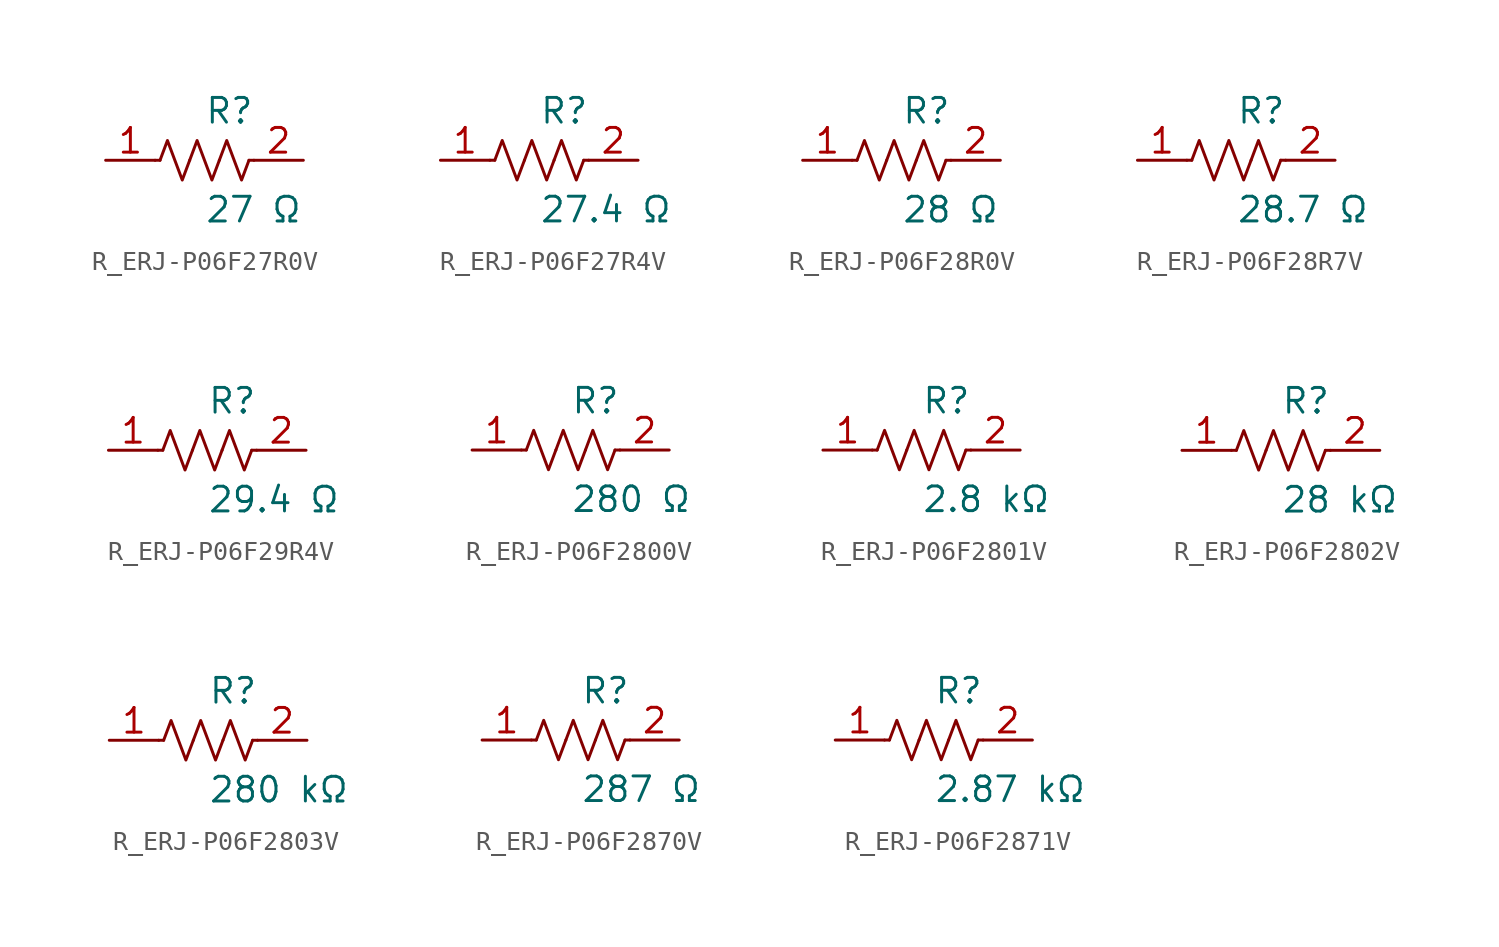
<source format=kicad_sym>
(kicad_symbol_lib
  (version 20231120)
  (generator kicad_symbol_editor)
  (generator_version 8.0)
  (symbol "R_ERJ-P06F27R0V"
    (pin_names
      (offset 0.254))
    (property "Reference" "R"
      (at 0.0 2.54 0)
      (effects (font (size 1.27 1.27)) (justify left)))
    (property "Value" "27 Ω"
      (at 0.0 -2.54 0)
      (effects (font (size 1.27 1.27)) (justify left)))
    (symbol "R_ERJ-P06F27R0V_0_1"
      (polyline (pts (xy 2.286 0) (xy 2.54 0)) (stroke (width 0) (type default)) (fill (type none)))
      (polyline (pts (xy -2.286 0) (xy -2.54 0)) (stroke (width 0) (type default)) (fill (type none)))
      (polyline (pts (xy 0.762 0) (xy 1.143 1.016) (xy 1.524 0) (xy 1.905 -1.016) (xy 2.286 0)) (stroke (width 0) (type default)) (fill (type none)))
      (polyline (pts (xy -0.762 0) (xy -0.381 1.016) (xy 0 0) (xy 0.381 -1.016) (xy 0.762 0)) (stroke (width 0) (type default)) (fill (type none)))
      (polyline (pts (xy -2.286 0) (xy -1.905 1.016) (xy -1.524 0) (xy -1.143 -1.016) (xy -0.762 0)) (stroke (width 0) (type default)) (fill (type none))))
    (pin unspecified line
      (at -5.08 0 0)
      (length 2.54)
      (name "" (effects (font (size 1.27 1.27))))
      (number "1" (effects (font (size 1.27 1.27)))))
    (pin unspecified line
      (at 5.08 0 180)
      (length 2.54)
      (name "" (effects (font (size 1.27 1.27))))
      (number "2" (effects (font (size 1.27 1.27))))))
  (symbol "R_ERJ-P06F27R4V"
    (pin_names
      (offset 0.254))
    (property "Reference" "R"
      (at 0.0 2.54 0)
      (effects (font (size 1.27 1.27)) (justify left)))
    (property "Value" "27.4 Ω"
      (at 0.0 -2.54 0)
      (effects (font (size 1.27 1.27)) (justify left)))
    (symbol "R_ERJ-P06F27R4V_0_1"
      (polyline (pts (xy 2.286 0) (xy 2.54 0)) (stroke (width 0) (type default)) (fill (type none)))
      (polyline (pts (xy -2.286 0) (xy -2.54 0)) (stroke (width 0) (type default)) (fill (type none)))
      (polyline (pts (xy 0.762 0) (xy 1.143 1.016) (xy 1.524 0) (xy 1.905 -1.016) (xy 2.286 0)) (stroke (width 0) (type default)) (fill (type none)))
      (polyline (pts (xy -0.762 0) (xy -0.381 1.016) (xy 0 0) (xy 0.381 -1.016) (xy 0.762 0)) (stroke (width 0) (type default)) (fill (type none)))
      (polyline (pts (xy -2.286 0) (xy -1.905 1.016) (xy -1.524 0) (xy -1.143 -1.016) (xy -0.762 0)) (stroke (width 0) (type default)) (fill (type none))))
    (pin unspecified line
      (at -5.08 0 0)
      (length 2.54)
      (name "" (effects (font (size 1.27 1.27))))
      (number "1" (effects (font (size 1.27 1.27)))))
    (pin unspecified line
      (at 5.08 0 180)
      (length 2.54)
      (name "" (effects (font (size 1.27 1.27))))
      (number "2" (effects (font (size 1.27 1.27))))))
  (symbol "R_ERJ-P06F28R0V"
    (pin_names
      (offset 0.254))
    (property "Reference" "R"
      (at 0.0 2.54 0)
      (effects (font (size 1.27 1.27)) (justify left)))
    (property "Value" "28 Ω"
      (at 0.0 -2.54 0)
      (effects (font (size 1.27 1.27)) (justify left)))
    (symbol "R_ERJ-P06F28R0V_0_1"
      (polyline (pts (xy 2.286 0) (xy 2.54 0)) (stroke (width 0) (type default)) (fill (type none)))
      (polyline (pts (xy -2.286 0) (xy -2.54 0)) (stroke (width 0) (type default)) (fill (type none)))
      (polyline (pts (xy 0.762 0) (xy 1.143 1.016) (xy 1.524 0) (xy 1.905 -1.016) (xy 2.286 0)) (stroke (width 0) (type default)) (fill (type none)))
      (polyline (pts (xy -0.762 0) (xy -0.381 1.016) (xy 0 0) (xy 0.381 -1.016) (xy 0.762 0)) (stroke (width 0) (type default)) (fill (type none)))
      (polyline (pts (xy -2.286 0) (xy -1.905 1.016) (xy -1.524 0) (xy -1.143 -1.016) (xy -0.762 0)) (stroke (width 0) (type default)) (fill (type none))))
    (pin unspecified line
      (at -5.08 0 0)
      (length 2.54)
      (name "" (effects (font (size 1.27 1.27))))
      (number "1" (effects (font (size 1.27 1.27)))))
    (pin unspecified line
      (at 5.08 0 180)
      (length 2.54)
      (name "" (effects (font (size 1.27 1.27))))
      (number "2" (effects (font (size 1.27 1.27))))))
  (symbol "R_ERJ-P06F28R7V"
    (pin_names
      (offset 0.254))
    (property "Reference" "R"
      (at 0.0 2.54 0)
      (effects (font (size 1.27 1.27)) (justify left)))
    (property "Value" "28.7 Ω"
      (at 0.0 -2.54 0)
      (effects (font (size 1.27 1.27)) (justify left)))
    (symbol "R_ERJ-P06F28R7V_0_1"
      (polyline (pts (xy 2.286 0) (xy 2.54 0)) (stroke (width 0) (type default)) (fill (type none)))
      (polyline (pts (xy -2.286 0) (xy -2.54 0)) (stroke (width 0) (type default)) (fill (type none)))
      (polyline (pts (xy 0.762 0) (xy 1.143 1.016) (xy 1.524 0) (xy 1.905 -1.016) (xy 2.286 0)) (stroke (width 0) (type default)) (fill (type none)))
      (polyline (pts (xy -0.762 0) (xy -0.381 1.016) (xy 0 0) (xy 0.381 -1.016) (xy 0.762 0)) (stroke (width 0) (type default)) (fill (type none)))
      (polyline (pts (xy -2.286 0) (xy -1.905 1.016) (xy -1.524 0) (xy -1.143 -1.016) (xy -0.762 0)) (stroke (width 0) (type default)) (fill (type none))))
    (pin unspecified line
      (at -5.08 0 0)
      (length 2.54)
      (name "" (effects (font (size 1.27 1.27))))
      (number "1" (effects (font (size 1.27 1.27)))))
    (pin unspecified line
      (at 5.08 0 180)
      (length 2.54)
      (name "" (effects (font (size 1.27 1.27))))
      (number "2" (effects (font (size 1.27 1.27))))))
  (symbol "R_ERJ-P06F29R4V"
    (pin_names
      (offset 0.254))
    (property "Reference" "R"
      (at 0.0 2.54 0)
      (effects (font (size 1.27 1.27)) (justify left)))
    (property "Value" "29.4 Ω"
      (at 0.0 -2.54 0)
      (effects (font (size 1.27 1.27)) (justify left)))
    (symbol "R_ERJ-P06F29R4V_0_1"
      (polyline (pts (xy 2.286 0) (xy 2.54 0)) (stroke (width 0) (type default)) (fill (type none)))
      (polyline (pts (xy -2.286 0) (xy -2.54 0)) (stroke (width 0) (type default)) (fill (type none)))
      (polyline (pts (xy 0.762 0) (xy 1.143 1.016) (xy 1.524 0) (xy 1.905 -1.016) (xy 2.286 0)) (stroke (width 0) (type default)) (fill (type none)))
      (polyline (pts (xy -0.762 0) (xy -0.381 1.016) (xy 0 0) (xy 0.381 -1.016) (xy 0.762 0)) (stroke (width 0) (type default)) (fill (type none)))
      (polyline (pts (xy -2.286 0) (xy -1.905 1.016) (xy -1.524 0) (xy -1.143 -1.016) (xy -0.762 0)) (stroke (width 0) (type default)) (fill (type none))))
    (pin unspecified line
      (at -5.08 0 0)
      (length 2.54)
      (name "" (effects (font (size 1.27 1.27))))
      (number "1" (effects (font (size 1.27 1.27)))))
    (pin unspecified line
      (at 5.08 0 180)
      (length 2.54)
      (name "" (effects (font (size 1.27 1.27))))
      (number "2" (effects (font (size 1.27 1.27))))))
  (symbol "R_ERJ-P06F2800V"
    (pin_names
      (offset 0.254))
    (property "Reference" "R"
      (at 0.0 2.54 0)
      (effects (font (size 1.27 1.27)) (justify left)))
    (property "Value" "280 Ω"
      (at 0.0 -2.54 0)
      (effects (font (size 1.27 1.27)) (justify left)))
    (symbol "R_ERJ-P06F2800V_0_1"
      (polyline (pts (xy 2.286 0) (xy 2.54 0)) (stroke (width 0) (type default)) (fill (type none)))
      (polyline (pts (xy -2.286 0) (xy -2.54 0)) (stroke (width 0) (type default)) (fill (type none)))
      (polyline (pts (xy 0.762 0) (xy 1.143 1.016) (xy 1.524 0) (xy 1.905 -1.016) (xy 2.286 0)) (stroke (width 0) (type default)) (fill (type none)))
      (polyline (pts (xy -0.762 0) (xy -0.381 1.016) (xy 0 0) (xy 0.381 -1.016) (xy 0.762 0)) (stroke (width 0) (type default)) (fill (type none)))
      (polyline (pts (xy -2.286 0) (xy -1.905 1.016) (xy -1.524 0) (xy -1.143 -1.016) (xy -0.762 0)) (stroke (width 0) (type default)) (fill (type none))))
    (pin unspecified line
      (at -5.08 0 0)
      (length 2.54)
      (name "" (effects (font (size 1.27 1.27))))
      (number "1" (effects (font (size 1.27 1.27)))))
    (pin unspecified line
      (at 5.08 0 180)
      (length 2.54)
      (name "" (effects (font (size 1.27 1.27))))
      (number "2" (effects (font (size 1.27 1.27))))))
  (symbol "R_ERJ-P06F2801V"
    (pin_names
      (offset 0.254))
    (property "Reference" "R"
      (at 0.0 2.54 0)
      (effects (font (size 1.27 1.27)) (justify left)))
    (property "Value" "2.8 kΩ"
      (at 0.0 -2.54 0)
      (effects (font (size 1.27 1.27)) (justify left)))
    (symbol "R_ERJ-P06F2801V_0_1"
      (polyline (pts (xy 2.286 0) (xy 2.54 0)) (stroke (width 0) (type default)) (fill (type none)))
      (polyline (pts (xy -2.286 0) (xy -2.54 0)) (stroke (width 0) (type default)) (fill (type none)))
      (polyline (pts (xy 0.762 0) (xy 1.143 1.016) (xy 1.524 0) (xy 1.905 -1.016) (xy 2.286 0)) (stroke (width 0) (type default)) (fill (type none)))
      (polyline (pts (xy -0.762 0) (xy -0.381 1.016) (xy 0 0) (xy 0.381 -1.016) (xy 0.762 0)) (stroke (width 0) (type default)) (fill (type none)))
      (polyline (pts (xy -2.286 0) (xy -1.905 1.016) (xy -1.524 0) (xy -1.143 -1.016) (xy -0.762 0)) (stroke (width 0) (type default)) (fill (type none))))
    (pin unspecified line
      (at -5.08 0 0)
      (length 2.54)
      (name "" (effects (font (size 1.27 1.27))))
      (number "1" (effects (font (size 1.27 1.27)))))
    (pin unspecified line
      (at 5.08 0 180)
      (length 2.54)
      (name "" (effects (font (size 1.27 1.27))))
      (number "2" (effects (font (size 1.27 1.27))))))
  (symbol "R_ERJ-P06F2802V"
    (pin_names
      (offset 0.254))
    (property "Reference" "R"
      (at 0.0 2.54 0)
      (effects (font (size 1.27 1.27)) (justify left)))
    (property "Value" "28 kΩ"
      (at 0.0 -2.54 0)
      (effects (font (size 1.27 1.27)) (justify left)))
    (symbol "R_ERJ-P06F2802V_0_1"
      (polyline (pts (xy 2.286 0) (xy 2.54 0)) (stroke (width 0) (type default)) (fill (type none)))
      (polyline (pts (xy -2.286 0) (xy -2.54 0)) (stroke (width 0) (type default)) (fill (type none)))
      (polyline (pts (xy 0.762 0) (xy 1.143 1.016) (xy 1.524 0) (xy 1.905 -1.016) (xy 2.286 0)) (stroke (width 0) (type default)) (fill (type none)))
      (polyline (pts (xy -0.762 0) (xy -0.381 1.016) (xy 0 0) (xy 0.381 -1.016) (xy 0.762 0)) (stroke (width 0) (type default)) (fill (type none)))
      (polyline (pts (xy -2.286 0) (xy -1.905 1.016) (xy -1.524 0) (xy -1.143 -1.016) (xy -0.762 0)) (stroke (width 0) (type default)) (fill (type none))))
    (pin unspecified line
      (at -5.08 0 0)
      (length 2.54)
      (name "" (effects (font (size 1.27 1.27))))
      (number "1" (effects (font (size 1.27 1.27)))))
    (pin unspecified line
      (at 5.08 0 180)
      (length 2.54)
      (name "" (effects (font (size 1.27 1.27))))
      (number "2" (effects (font (size 1.27 1.27))))))
  (symbol "R_ERJ-P06F2803V"
    (pin_names
      (offset 0.254))
    (property "Reference" "R"
      (at 0.0 2.54 0)
      (effects (font (size 1.27 1.27)) (justify left)))
    (property "Value" "280 kΩ"
      (at 0.0 -2.54 0)
      (effects (font (size 1.27 1.27)) (justify left)))
    (symbol "R_ERJ-P06F2803V_0_1"
      (polyline (pts (xy 2.286 0) (xy 2.54 0)) (stroke (width 0) (type default)) (fill (type none)))
      (polyline (pts (xy -2.286 0) (xy -2.54 0)) (stroke (width 0) (type default)) (fill (type none)))
      (polyline (pts (xy 0.762 0) (xy 1.143 1.016) (xy 1.524 0) (xy 1.905 -1.016) (xy 2.286 0)) (stroke (width 0) (type default)) (fill (type none)))
      (polyline (pts (xy -0.762 0) (xy -0.381 1.016) (xy 0 0) (xy 0.381 -1.016) (xy 0.762 0)) (stroke (width 0) (type default)) (fill (type none)))
      (polyline (pts (xy -2.286 0) (xy -1.905 1.016) (xy -1.524 0) (xy -1.143 -1.016) (xy -0.762 0)) (stroke (width 0) (type default)) (fill (type none))))
    (pin unspecified line
      (at -5.08 0 0)
      (length 2.54)
      (name "" (effects (font (size 1.27 1.27))))
      (number "1" (effects (font (size 1.27 1.27)))))
    (pin unspecified line
      (at 5.08 0 180)
      (length 2.54)
      (name "" (effects (font (size 1.27 1.27))))
      (number "2" (effects (font (size 1.27 1.27))))))
  (symbol "R_ERJ-P06F2870V"
    (pin_names
      (offset 0.254))
    (property "Reference" "R"
      (at 0.0 2.54 0)
      (effects (font (size 1.27 1.27)) (justify left)))
    (property "Value" "287 Ω"
      (at 0.0 -2.54 0)
      (effects (font (size 1.27 1.27)) (justify left)))
    (symbol "R_ERJ-P06F2870V_0_1"
      (polyline (pts (xy 2.286 0) (xy 2.54 0)) (stroke (width 0) (type default)) (fill (type none)))
      (polyline (pts (xy -2.286 0) (xy -2.54 0)) (stroke (width 0) (type default)) (fill (type none)))
      (polyline (pts (xy 0.762 0) (xy 1.143 1.016) (xy 1.524 0) (xy 1.905 -1.016) (xy 2.286 0)) (stroke (width 0) (type default)) (fill (type none)))
      (polyline (pts (xy -0.762 0) (xy -0.381 1.016) (xy 0 0) (xy 0.381 -1.016) (xy 0.762 0)) (stroke (width 0) (type default)) (fill (type none)))
      (polyline (pts (xy -2.286 0) (xy -1.905 1.016) (xy -1.524 0) (xy -1.143 -1.016) (xy -0.762 0)) (stroke (width 0) (type default)) (fill (type none))))
    (pin unspecified line
      (at -5.08 0 0)
      (length 2.54)
      (name "" (effects (font (size 1.27 1.27))))
      (number "1" (effects (font (size 1.27 1.27)))))
    (pin unspecified line
      (at 5.08 0 180)
      (length 2.54)
      (name "" (effects (font (size 1.27 1.27))))
      (number "2" (effects (font (size 1.27 1.27))))))
  (symbol "R_ERJ-P06F2871V"
    (pin_names
      (offset 0.254))
    (property "Reference" "R"
      (at 0.0 2.54 0)
      (effects (font (size 1.27 1.27)) (justify left)))
    (property "Value" "2.87 kΩ"
      (at 0.0 -2.54 0)
      (effects (font (size 1.27 1.27)) (justify left)))
    (symbol "R_ERJ-P06F2871V_0_1"
      (polyline (pts (xy 2.286 0) (xy 2.54 0)) (stroke (width 0) (type default)) (fill (type none)))
      (polyline (pts (xy -2.286 0) (xy -2.54 0)) (stroke (width 0) (type default)) (fill (type none)))
      (polyline (pts (xy 0.762 0) (xy 1.143 1.016) (xy 1.524 0) (xy 1.905 -1.016) (xy 2.286 0)) (stroke (width 0) (type default)) (fill (type none)))
      (polyline (pts (xy -0.762 0) (xy -0.381 1.016) (xy 0 0) (xy 0.381 -1.016) (xy 0.762 0)) (stroke (width 0) (type default)) (fill (type none)))
      (polyline (pts (xy -2.286 0) (xy -1.905 1.016) (xy -1.524 0) (xy -1.143 -1.016) (xy -0.762 0)) (stroke (width 0) (type default)) (fill (type none))))
    (pin unspecified line
      (at -5.08 0 0)
      (length 2.54)
      (name "" (effects (font (size 1.27 1.27))))
      (number "1" (effects (font (size 1.27 1.27)))))
    (pin unspecified line
      (at 5.08 0 180)
      (length 2.54)
      (name "" (effects (font (size 1.27 1.27))))
      (number "2" (effects (font (size 1.27 1.27)))))))
</source>
